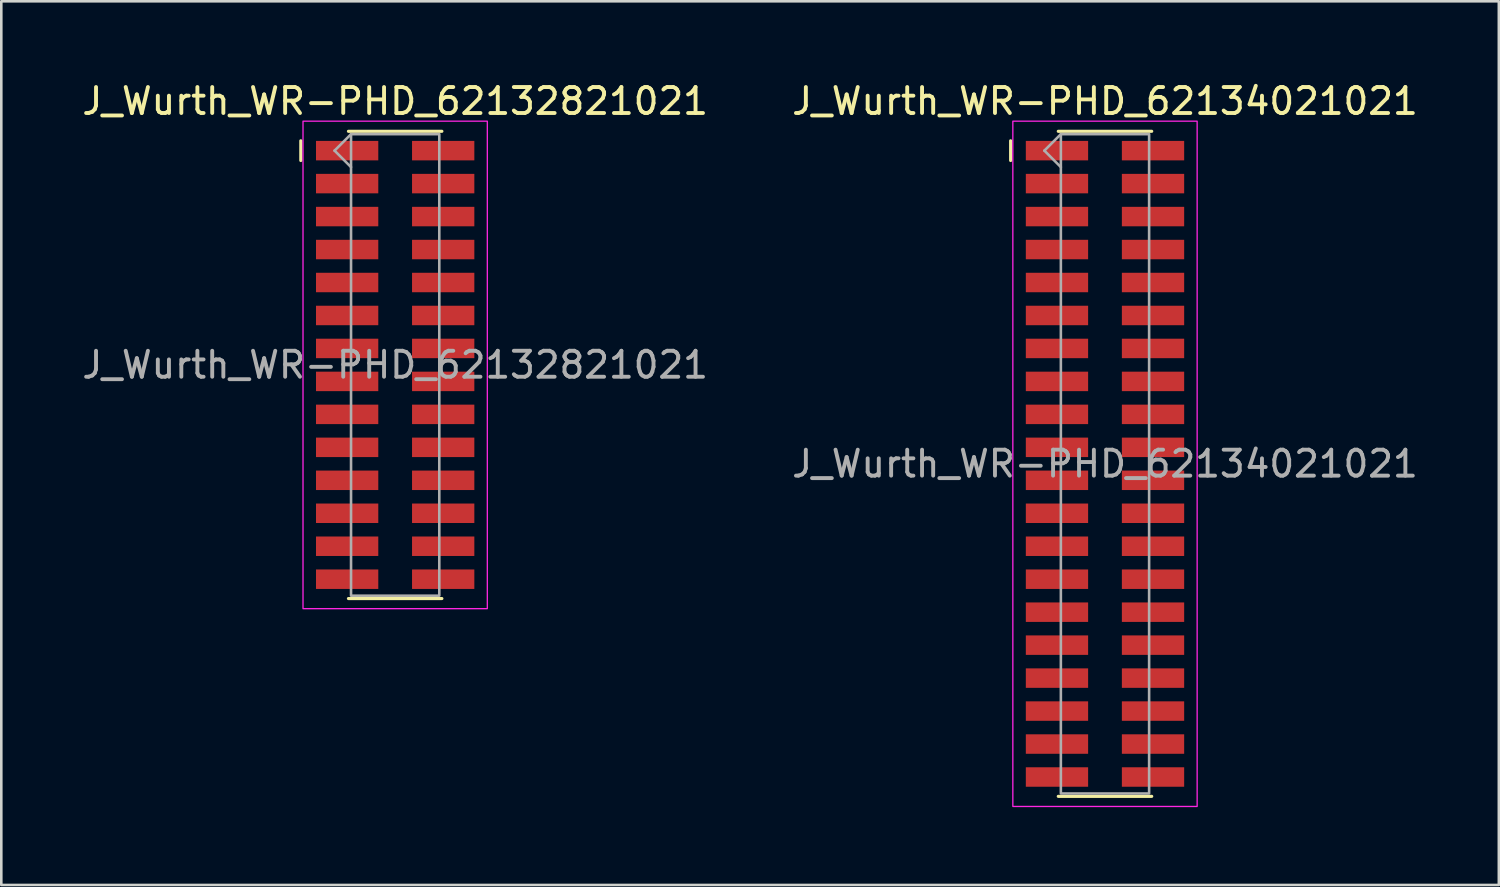
<source format=kicad_pcb>
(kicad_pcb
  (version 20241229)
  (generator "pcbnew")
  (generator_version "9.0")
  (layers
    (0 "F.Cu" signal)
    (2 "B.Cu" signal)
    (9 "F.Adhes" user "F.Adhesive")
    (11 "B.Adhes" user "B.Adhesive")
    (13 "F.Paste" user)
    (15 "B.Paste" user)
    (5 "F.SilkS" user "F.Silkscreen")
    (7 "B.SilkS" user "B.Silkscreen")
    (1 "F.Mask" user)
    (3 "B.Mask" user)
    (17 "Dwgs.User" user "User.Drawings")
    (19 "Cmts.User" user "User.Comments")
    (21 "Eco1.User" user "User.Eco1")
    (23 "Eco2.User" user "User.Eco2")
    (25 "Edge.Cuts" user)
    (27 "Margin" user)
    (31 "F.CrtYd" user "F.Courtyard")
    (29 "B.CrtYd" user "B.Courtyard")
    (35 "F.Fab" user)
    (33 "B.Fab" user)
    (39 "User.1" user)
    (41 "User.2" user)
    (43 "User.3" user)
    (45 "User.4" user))
  (footprint "J_Wurth_WR-PHD_62132821021"
    (layer "F.Cu")
    (at 12.173 11.008)
    (property "Reference" "J_Wurth_WR-PHD_62132821021" (at 0 -10.16 0) (unlocked yes) (layer "F.SilkS") (effects (font (size 1 1) (thickness 0.15))))
    (attr smd)
    (fp_line (start -3.635 -8.635) (end -3.635 -7.875) (stroke (width 0.12) (type solid)) (layer "F.SilkS"))
    (fp_line (start 1.8 -9) (end -1.8 -9) (stroke (width 0.12) (type solid)) (layer "F.SilkS"))
    (fp_line (start 1.8 9) (end -1.8 9) (stroke (width 0.12) (type solid)) (layer "F.SilkS"))
    (fp_rect (start -3.55 -9.39) (end 3.55 9.39) (stroke (width 0.05) (type solid)) (fill no) (layer "F.CrtYd"))
    (fp_line (start -2.335 -8.255) (end -1.7 -7.62) (stroke (width 0.1) (type default)) (layer "F.Fab"))
    (fp_line (start -1.7 -8.89) (end -2.335 -8.255) (stroke (width 0.1) (type default)) (layer "F.Fab"))
    (fp_rect (start -1.7 -8.89) (end 1.7 8.89) (stroke (width 0.1) (type solid)) (fill no) (layer "F.Fab"))
    (fp_text user "${REFERENCE}" (at 0 0 0) (unlocked yes) (layer "F.Fab") (effects (font (size 1 1) (thickness 0.15))))
    (pad "1" smd rect (at -1.85 -8.255 270) (size 0.75 2.4) (layers "F.Cu" "F.Mask" "F.Paste"))
    (pad "2" smd rect (at 1.85 -8.255 270) (size 0.75 2.4) (layers "F.Cu" "F.Mask" "F.Paste"))
    (pad "3" smd rect (at -1.85 -6.985 270) (size 0.75 2.4) (layers "F.Cu" "F.Mask" "F.Paste"))
    (pad "4" smd rect (at 1.85 -6.985 270) (size 0.75 2.4) (layers "F.Cu" "F.Mask" "F.Paste"))
    (pad "5" smd rect (at -1.85 -5.715 270) (size 0.75 2.4) (layers "F.Cu" "F.Mask" "F.Paste"))
    (pad "6" smd rect (at 1.85 -5.715 270) (size 0.75 2.4) (layers "F.Cu" "F.Mask" "F.Paste"))
    (pad "7" smd rect (at -1.85 -4.445 270) (size 0.75 2.4) (layers "F.Cu" "F.Mask" "F.Paste"))
    (pad "8" smd rect (at 1.85 -4.445 270) (size 0.75 2.4) (layers "F.Cu" "F.Mask" "F.Paste"))
    (pad "9" smd rect (at -1.85 -3.175 270) (size 0.75 2.4) (layers "F.Cu" "F.Mask" "F.Paste"))
    (pad "10" smd rect (at 1.85 -3.175 270) (size 0.75 2.4) (layers "F.Cu" "F.Mask" "F.Paste"))
    (pad "11" smd rect (at -1.85 -1.905 270) (size 0.75 2.4) (layers "F.Cu" "F.Mask" "F.Paste"))
    (pad "12" smd rect (at 1.85 -1.905 270) (size 0.75 2.4) (layers "F.Cu" "F.Mask" "F.Paste"))
    (pad "13" smd rect (at -1.85 -0.635 270) (size 0.75 2.4) (layers "F.Cu" "F.Mask" "F.Paste"))
    (pad "14" smd rect (at 1.85 -0.635 270) (size 0.75 2.4) (layers "F.Cu" "F.Mask" "F.Paste"))
    (pad "15" smd rect (at -1.85 0.635 270) (size 0.75 2.4) (layers "F.Cu" "F.Mask" "F.Paste"))
    (pad "16" smd rect (at 1.85 0.635 270) (size 0.75 2.4) (layers "F.Cu" "F.Mask" "F.Paste"))
    (pad "17" smd rect (at -1.85 1.905 270) (size 0.75 2.4) (layers "F.Cu" "F.Mask" "F.Paste"))
    (pad "18" smd rect (at 1.85 1.905 270) (size 0.75 2.4) (layers "F.Cu" "F.Mask" "F.Paste"))
    (pad "19" smd rect (at -1.85 3.175 270) (size 0.75 2.4) (layers "F.Cu" "F.Mask" "F.Paste"))
    (pad "20" smd rect (at 1.85 3.175 270) (size 0.75 2.4) (layers "F.Cu" "F.Mask" "F.Paste"))
    (pad "21" smd rect (at -1.85 4.445 270) (size 0.75 2.4) (layers "F.Cu" "F.Mask" "F.Paste"))
    (pad "22" smd rect (at 1.85 4.445 270) (size 0.75 2.4) (layers "F.Cu" "F.Mask" "F.Paste"))
    (pad "23" smd rect (at -1.85 5.715 270) (size 0.75 2.4) (layers "F.Cu" "F.Mask" "F.Paste"))
    (pad "24" smd rect (at 1.85 5.715 270) (size 0.75 2.4) (layers "F.Cu" "F.Mask" "F.Paste"))
    (pad "25" smd rect (at -1.85 6.985 270) (size 0.75 2.4) (layers "F.Cu" "F.Mask" "F.Paste"))
    (pad "26" smd rect (at 1.85 6.985 270) (size 0.75 2.4) (layers "F.Cu" "F.Mask" "F.Paste"))
    (pad "27" smd rect (at -1.85 8.255 270) (size 0.75 2.4) (layers "F.Cu" "F.Mask" "F.Paste"))
    (pad "28" smd rect (at 1.85 8.255 270) (size 0.75 2.4) (layers "F.Cu" "F.Mask" "F.Paste")))
  (footprint "J_Wurth_WR-PHD_62134021021"
    (layer "F.Cu")
    (at 39.518 14.818)
    (property "Reference" "J_Wurth_WR-PHD_62134021021" (at 0 -13.97 0) (unlocked yes) (layer "F.SilkS") (effects (font (size 1 1) (thickness 0.15))))
    (attr smd)
    (fp_line (start -3.635 -12.445) (end -3.635 -11.685) (stroke (width 0.12) (type solid)) (layer "F.SilkS"))
    (fp_line (start 1.8 -12.81) (end -1.8 -12.81) (stroke (width 0.12) (type solid)) (layer "F.SilkS"))
    (fp_line (start 1.8 12.81) (end -1.8 12.81) (stroke (width 0.12) (type solid)) (layer "F.SilkS"))
    (fp_rect (start -3.55 -13.2) (end 3.55 13.2) (stroke (width 0.05) (type solid)) (fill no) (layer "F.CrtYd"))
    (fp_line (start -2.335 -12.065) (end -1.7 -11.43) (stroke (width 0.1) (type default)) (layer "F.Fab"))
    (fp_line (start -1.7 -12.7) (end -2.335 -12.065) (stroke (width 0.1) (type default)) (layer "F.Fab"))
    (fp_rect (start -1.7 -12.7) (end 1.7 12.7) (stroke (width 0.1) (type solid)) (fill no) (layer "F.Fab"))
    (fp_text user "${REFERENCE}" (at 0 0 0) (unlocked yes) (layer "F.Fab") (effects (font (size 1 1) (thickness 0.15))))
    (pad "1" smd rect (at -1.85 -12.065 270) (size 0.75 2.4) (layers "F.Cu" "F.Mask" "F.Paste"))
    (pad "2" smd rect (at 1.85 -12.065 270) (size 0.75 2.4) (layers "F.Cu" "F.Mask" "F.Paste"))
    (pad "3" smd rect (at -1.85 -10.795 270) (size 0.75 2.4) (layers "F.Cu" "F.Mask" "F.Paste"))
    (pad "4" smd rect (at 1.85 -10.795 270) (size 0.75 2.4) (layers "F.Cu" "F.Mask" "F.Paste"))
    (pad "5" smd rect (at -1.85 -9.525 270) (size 0.75 2.4) (layers "F.Cu" "F.Mask" "F.Paste"))
    (pad "6" smd rect (at 1.85 -9.525 270) (size 0.75 2.4) (layers "F.Cu" "F.Mask" "F.Paste"))
    (pad "7" smd rect (at -1.85 -8.255 270) (size 0.75 2.4) (layers "F.Cu" "F.Mask" "F.Paste"))
    (pad "8" smd rect (at 1.85 -8.255 270) (size 0.75 2.4) (layers "F.Cu" "F.Mask" "F.Paste"))
    (pad "9" smd rect (at -1.85 -6.985 270) (size 0.75 2.4) (layers "F.Cu" "F.Mask" "F.Paste"))
    (pad "10" smd rect (at 1.85 -6.985 270) (size 0.75 2.4) (layers "F.Cu" "F.Mask" "F.Paste"))
    (pad "11" smd rect (at -1.85 -5.715 270) (size 0.75 2.4) (layers "F.Cu" "F.Mask" "F.Paste"))
    (pad "12" smd rect (at 1.85 -5.715 270) (size 0.75 2.4) (layers "F.Cu" "F.Mask" "F.Paste"))
    (pad "13" smd rect (at -1.85 -4.445 270) (size 0.75 2.4) (layers "F.Cu" "F.Mask" "F.Paste"))
    (pad "14" smd rect (at 1.85 -4.445 270) (size 0.75 2.4) (layers "F.Cu" "F.Mask" "F.Paste"))
    (pad "15" smd rect (at -1.85 -3.175 270) (size 0.75 2.4) (layers "F.Cu" "F.Mask" "F.Paste"))
    (pad "16" smd rect (at 1.85 -3.175 270) (size 0.75 2.4) (layers "F.Cu" "F.Mask" "F.Paste"))
    (pad "17" smd rect (at -1.85 -1.905 270) (size 0.75 2.4) (layers "F.Cu" "F.Mask" "F.Paste"))
    (pad "18" smd rect (at 1.85 -1.905 270) (size 0.75 2.4) (layers "F.Cu" "F.Mask" "F.Paste"))
    (pad "19" smd rect (at -1.85 -0.635 270) (size 0.75 2.4) (layers "F.Cu" "F.Mask" "F.Paste"))
    (pad "20" smd rect (at 1.85 -0.635 270) (size 0.75 2.4) (layers "F.Cu" "F.Mask" "F.Paste"))
    (pad "21" smd rect (at -1.85 0.635 270) (size 0.75 2.4) (layers "F.Cu" "F.Mask" "F.Paste"))
    (pad "22" smd rect (at 1.85 0.635 270) (size 0.75 2.4) (layers "F.Cu" "F.Mask" "F.Paste"))
    (pad "23" smd rect (at -1.85 1.905 270) (size 0.75 2.4) (layers "F.Cu" "F.Mask" "F.Paste"))
    (pad "24" smd rect (at 1.85 1.905 270) (size 0.75 2.4) (layers "F.Cu" "F.Mask" "F.Paste"))
    (pad "25" smd rect (at -1.85 3.175 270) (size 0.75 2.4) (layers "F.Cu" "F.Mask" "F.Paste"))
    (pad "26" smd rect (at 1.85 3.175 270) (size 0.75 2.4) (layers "F.Cu" "F.Mask" "F.Paste"))
    (pad "27" smd rect (at -1.85 4.445 270) (size 0.75 2.4) (layers "F.Cu" "F.Mask" "F.Paste"))
    (pad "28" smd rect (at 1.85 4.445 270) (size 0.75 2.4) (layers "F.Cu" "F.Mask" "F.Paste"))
    (pad "29" smd rect (at -1.85 5.715 270) (size 0.75 2.4) (layers "F.Cu" "F.Mask" "F.Paste"))
    (pad "30" smd rect (at 1.85 5.715 270) (size 0.75 2.4) (layers "F.Cu" "F.Mask" "F.Paste"))
    (pad "31" smd rect (at -1.85 6.985 270) (size 0.75 2.4) (layers "F.Cu" "F.Mask" "F.Paste"))
    (pad "32" smd rect (at 1.85 6.985 270) (size 0.75 2.4) (layers "F.Cu" "F.Mask" "F.Paste"))
    (pad "33" smd rect (at -1.85 8.255 270) (size 0.75 2.4) (layers "F.Cu" "F.Mask" "F.Paste"))
    (pad "34" smd rect (at 1.85 8.255 270) (size 0.75 2.4) (layers "F.Cu" "F.Mask" "F.Paste"))
    (pad "35" smd rect (at -1.85 9.525 270) (size 0.75 2.4) (layers "F.Cu" "F.Mask" "F.Paste"))
    (pad "36" smd rect (at 1.85 9.525 270) (size 0.75 2.4) (layers "F.Cu" "F.Mask" "F.Paste"))
    (pad "37" smd rect (at -1.85 10.795 270) (size 0.75 2.4) (layers "F.Cu" "F.Mask" "F.Paste"))
    (pad "38" smd rect (at 1.85 10.795 270) (size 0.75 2.4) (layers "F.Cu" "F.Mask" "F.Paste"))
    (pad "39" smd rect (at -1.85 12.065 270) (size 0.75 2.4) (layers "F.Cu" "F.Mask" "F.Paste"))
    (pad "40" smd rect (at 1.85 12.065 270) (size 0.75 2.4) (layers "F.Cu" "F.Mask" "F.Paste")))
  (gr_rect
    (start -3 -3)
    (end 54.69 31.043)
    (stroke (width 0.1) (type default))
    (fill no)
    (layer "Edge.Cuts")))
</source>
